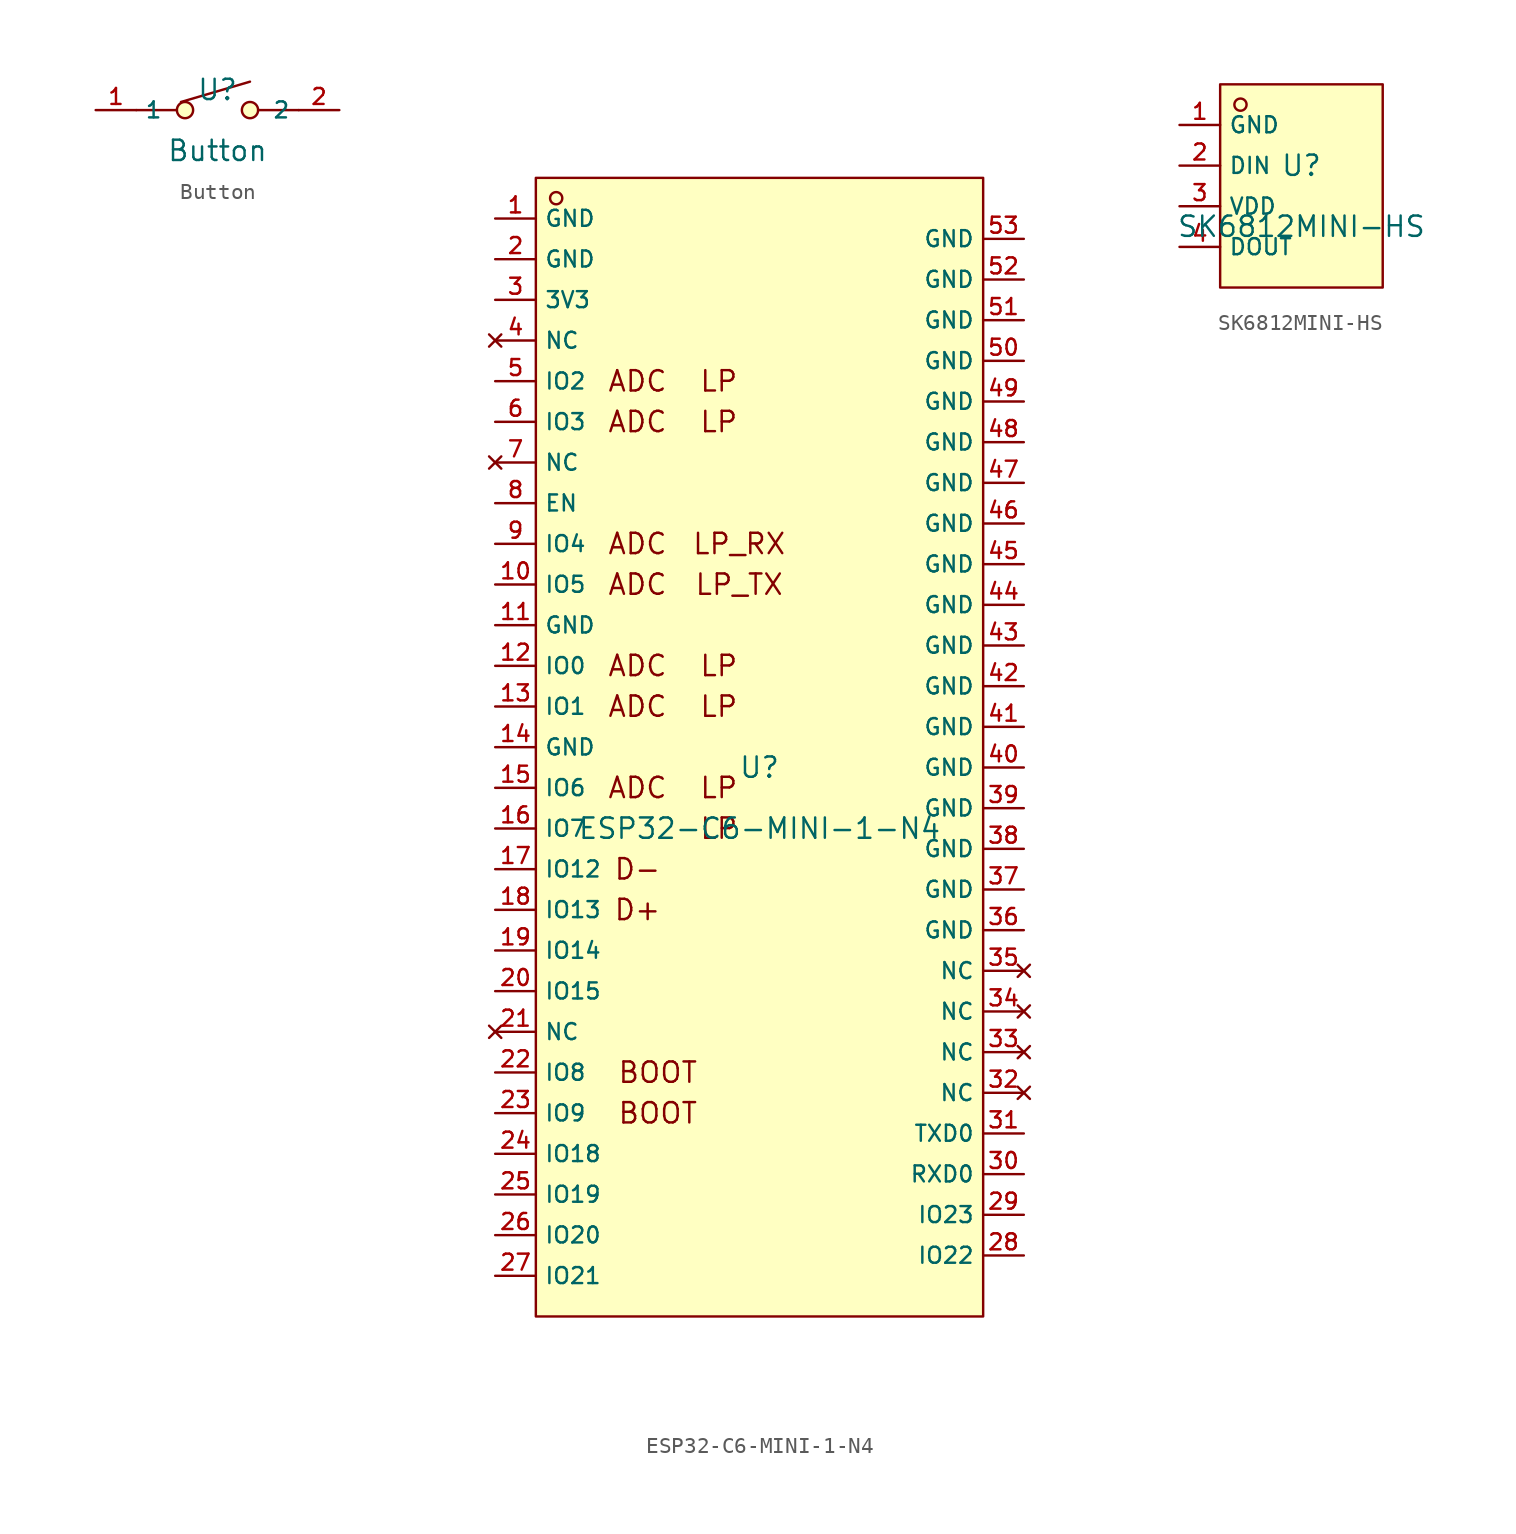
<source format=kicad_sym>
(kicad_symbol_lib
  (version 20231120)
  (generator "kicad_symbol_editor")
  (generator_version "8.0")
  (symbol "Button"
    (property "Reference" "U"
      (at 0 1.27 0)
      (effects (font (size 1.27 1.27))))
    (property "Value" "Button"
      (at 0 -2.54 0)
      (effects (font (size 1.27 1.27))))
    (symbol "Button_0_1"
      (circle (center -2.032 0) (radius 0.508) (stroke (width 0) (type default)) (fill (type background)))
      (polyline (pts (xy -5.08 0) (xy -2.54 0)) (stroke (width 0) (type default)) (fill (type none)))
      (polyline (pts (xy -2.286 0.508) (xy 2.032 1.778)) (stroke (width 0) (type default)) (fill (type none)))
      (polyline (pts (xy 5.08 0) (xy 2.54 0)) (stroke (width 0) (type default)) (fill (type none)))
      (circle (center 2.032 0) (radius 0.508) (stroke (width 0) (type default)) (fill (type background))))
    (symbol "Button_1_1"
      (pin passive line (at -7.62 0 0) (length 2.54) (name "1" (effects (font (size 1 1)))) (number "1" (effects (font (size 1 1)))))
      (pin passive line (at 7.62 0 180) (length 2.54) (name "2" (effects (font (size 1 1)))) (number "2" (effects (font (size 1 1)))))))
  (symbol "ESP32-C6-MINI-1-N4"
    (property "Reference" "U"
      (at 0 1.27 0)
      (effects (font (size 1.27 1.27))))
    (property "Value" "ESP32-C6-MINI-1-N4"
      (at 0 -2.54 0)
      (effects (font (size 1.27 1.27))))
    (symbol "ESP32-C6-MINI-1-N4_0_1"
      (rectangle (start -13.97 38.1) (end 13.97 -33.02) (stroke (width 0) (type default)) (fill (type background)))
      (circle (center -12.7 36.83) (radius 0.381) (stroke (width 0) (type default)) (fill (type background)))
      (pin bidirectional line (at -16.51 12.7 0) (length 2.54) (name "IO5" (effects (font (size 1 1)))) (number "10" (effects (font (size 1 1)))))
      (pin power_in line (at -16.51 10.16 0) (length 2.54) (name "GND" (effects (font (size 1 1)))) (number "11" (effects (font (size 1 1)))))
      (pin bidirectional line (at -16.51 7.62 0) (length 2.54) (name "IO0" (effects (font (size 1 1)))) (number "12" (effects (font (size 1 1)))))
      (pin bidirectional line (at -16.51 5.08 0) (length 2.54) (name "IO1" (effects (font (size 1 1)))) (number "13" (effects (font (size 1 1)))))
      (pin power_in line (at -16.51 2.54 0) (length 2.54) (name "GND" (effects (font (size 1 1)))) (number "14" (effects (font (size 1 1)))))
      (pin bidirectional line (at -16.51 0 0) (length 2.54) (name "IO6" (effects (font (size 1 1)))) (number "15" (effects (font (size 1 1)))))
      (pin bidirectional line (at -16.51 -2.54 0) (length 2.54) (name "IO7" (effects (font (size 1 1)))) (number "16" (effects (font (size 1 1)))))
      (pin bidirectional line (at -16.51 -5.08 0) (length 2.54) (name "IO12" (effects (font (size 1 1)))) (number "17" (effects (font (size 1 1)))))
      (pin bidirectional line (at -16.51 -7.62 0) (length 2.54) (name "IO13" (effects (font (size 1 1)))) (number "18" (effects (font (size 1 1)))))
      (pin bidirectional line (at -16.51 -10.16 0) (length 2.54) (name "IO14" (effects (font (size 1 1)))) (number "19" (effects (font (size 1 1)))))
      (pin bidirectional line (at -16.51 -12.7 0) (length 2.54) (name "IO15" (effects (font (size 1 1)))) (number "20" (effects (font (size 1 1)))))
      (pin no_connect line (at -16.51 -15.24 0) (length 2.54) (name "NC" (effects (font (size 1 1)))) (number "21" (effects (font (size 1 1)))))
      (pin bidirectional line (at -16.51 -17.78 0) (length 2.54) (name "IO8" (effects (font (size 1 1)))) (number "22" (effects (font (size 1 1)))))
      (pin bidirectional line (at -16.51 -20.32 0) (length 2.54) (name "IO9" (effects (font (size 1 1)))) (number "23" (effects (font (size 1 1)))))
      (pin bidirectional line (at -16.51 -22.86 0) (length 2.54) (name "IO18" (effects (font (size 1 1)))) (number "24" (effects (font (size 1 1)))))
      (pin bidirectional line (at -16.51 -25.4 0) (length 2.54) (name "IO19" (effects (font (size 1 1)))) (number "25" (effects (font (size 1 1)))))
      (pin bidirectional line (at -16.51 -27.94 0) (length 2.54) (name "IO20" (effects (font (size 1 1)))) (number "26" (effects (font (size 1 1)))))
      (pin bidirectional line (at -16.51 -30.48 0) (length 2.54) (name "IO21" (effects (font (size 1 1)))) (number "27" (effects (font (size 1 1)))))
      (pin bidirectional line (at 16.51 -29.21 180) (length 2.54) (name "IO22" (effects (font (size 1 1)))) (number "28" (effects (font (size 1 1)))))
      (pin bidirectional line (at 16.51 -26.67 180) (length 2.54) (name "IO23" (effects (font (size 1 1)))) (number "29" (effects (font (size 1 1)))))
      (pin bidirectional line (at 16.51 -24.13 180) (length 2.54) (name "RXD0" (effects (font (size 1 1)))) (number "30" (effects (font (size 1 1)))))
      (pin bidirectional line (at 16.51 -21.59 180) (length 2.54) (name "TXD0" (effects (font (size 1 1)))) (number "31" (effects (font (size 1 1)))))
      (pin no_connect line (at 16.51 -19.05 180) (length 2.54) (name "NC" (effects (font (size 1 1)))) (number "32" (effects (font (size 1 1)))))
      (pin no_connect line (at 16.51 -16.51 180) (length 2.54) (name "NC" (effects (font (size 1 1)))) (number "33" (effects (font (size 1 1)))))
      (pin no_connect line (at 16.51 -13.97 180) (length 2.54) (name "NC" (effects (font (size 1 1)))) (number "34" (effects (font (size 1 1)))))
      (pin no_connect line (at 16.51 -11.43 180) (length 2.54) (name "NC" (effects (font (size 1 1)))) (number "35" (effects (font (size 1 1)))))
      (pin power_in line (at 16.51 -8.89 180) (length 2.54) (name "GND" (effects (font (size 1 1)))) (number "36" (effects (font (size 1 1)))))
      (pin power_in line (at 16.51 -6.35 180) (length 2.54) (name "GND" (effects (font (size 1 1)))) (number "37" (effects (font (size 1 1)))))
      (pin power_in line (at 16.51 -3.81 180) (length 2.54) (name "GND" (effects (font (size 1 1)))) (number "38" (effects (font (size 1 1)))))
      (pin power_in line (at 16.51 -1.27 180) (length 2.54) (name "GND" (effects (font (size 1 1)))) (number "39" (effects (font (size 1 1)))))
      (pin power_in line (at 16.51 1.27 180) (length 2.54) (name "GND" (effects (font (size 1 1)))) (number "40" (effects (font (size 1 1)))))
      (pin power_in line (at 16.51 3.81 180) (length 2.54) (name "GND" (effects (font (size 1 1)))) (number "41" (effects (font (size 1 1)))))
      (pin power_in line (at 16.51 6.35 180) (length 2.54) (name "GND" (effects (font (size 1 1)))) (number "42" (effects (font (size 1 1)))))
      (pin power_in line (at 16.51 8.89 180) (length 2.54) (name "GND" (effects (font (size 1 1)))) (number "43" (effects (font (size 1 1)))))
      (pin power_in line (at 16.51 11.43 180) (length 2.54) (name "GND" (effects (font (size 1 1)))) (number "44" (effects (font (size 1 1)))))
      (pin power_in line (at 16.51 13.97 180) (length 2.54) (name "GND" (effects (font (size 1 1)))) (number "45" (effects (font (size 1 1)))))
      (pin power_in line (at 16.51 16.51 180) (length 2.54) (name "GND" (effects (font (size 1 1)))) (number "46" (effects (font (size 1 1)))))
      (pin power_in line (at 16.51 19.05 180) (length 2.54) (name "GND" (effects (font (size 1 1)))) (number "47" (effects (font (size 1 1)))))
      (pin power_in line (at 16.51 21.59 180) (length 2.54) (name "GND" (effects (font (size 1 1)))) (number "48" (effects (font (size 1 1)))))
      (pin power_in line (at 16.51 24.13 180) (length 2.54) (name "GND" (effects (font (size 1 1)))) (number "49" (effects (font (size 1 1)))))
      (pin bidirectional line (at -16.51 25.4 0) (length 2.54) (name "IO2" (effects (font (size 1 1)))) (number "5" (effects (font (size 1 1)))))
      (pin power_in line (at 16.51 26.67 180) (length 2.54) (name "GND" (effects (font (size 1 1)))) (number "50" (effects (font (size 1 1)))))
      (pin power_in line (at 16.51 29.21 180) (length 2.54) (name "GND" (effects (font (size 1 1)))) (number "51" (effects (font (size 1 1)))))
      (pin power_in line (at 16.51 31.75 180) (length 2.54) (name "GND" (effects (font (size 1 1)))) (number "52" (effects (font (size 1 1)))))
      (pin power_in line (at 16.51 34.29 180) (length 2.54) (name "GND" (effects (font (size 1 1)))) (number "53" (effects (font (size 1 1)))))
      (pin bidirectional line (at -16.51 22.86 0) (length 2.54) (name "IO3" (effects (font (size 1 1)))) (number "6" (effects (font (size 1 1)))))
      (pin no_connect line (at -16.51 20.32 0) (length 2.54) (name "NC" (effects (font (size 1 1)))) (number "7" (effects (font (size 1 1)))))
      (pin input line (at -16.51 17.78 0) (length 2.54) (name "EN" (effects (font (size 1 1)))) (number "8" (effects (font (size 1 1)))))
      (pin bidirectional line (at -16.51 15.24 0) (length 2.54) (name "IO4" (effects (font (size 1 1)))) (number "9" (effects (font (size 1 1))))))
    (symbol "ESP32-C6-MINI-1-N4_1_1"
      (text "ADC" (at -7.62 0 0) (effects (font (size 1.27 1.27))))
      (text "ADC" (at -7.62 5.08 0) (effects (font (size 1.27 1.27))))
      (text "ADC" (at -7.62 7.62 0) (effects (font (size 1.27 1.27))))
      (text "ADC" (at -7.62 12.7 0) (effects (font (size 1.27 1.27))))
      (text "ADC" (at -7.62 15.24 0) (effects (font (size 1.27 1.27))))
      (text "ADC" (at -7.62 22.86 0) (effects (font (size 1.27 1.27))))
      (text "ADC" (at -7.62 25.4 0) (effects (font (size 1.27 1.27))))
      (text "BOOT" (at -6.35 -20.32 0) (effects (font (size 1.27 1.27))))
      (text "BOOT" (at -6.35 -17.78 0) (effects (font (size 1.27 1.27))))
      (text "D+" (at -7.62 -7.62 0) (effects (font (size 1.27 1.27))))
      (text "D-" (at -7.62 -5.08 0) (effects (font (size 1.27 1.27))))
      (text "LP" (at -2.54 -2.54 0) (effects (font (size 1.27 1.27))))
      (text "LP" (at -2.54 0 0) (effects (font (size 1.27 1.27))))
      (text "LP" (at -2.54 5.08 0) (effects (font (size 1.27 1.27))))
      (text "LP" (at -2.54 7.62 0) (effects (font (size 1.27 1.27))))
      (text "LP" (at -2.54 22.86 0) (effects (font (size 1.27 1.27))))
      (text "LP" (at -2.54 25.4 0) (effects (font (size 1.27 1.27))))
      (text "LP_RX" (at -1.27 15.24 0) (effects (font (size 1.27 1.27))))
      (text "LP_TX" (at -1.27 12.7 0) (effects (font (size 1.27 1.27))))
      (pin power_in line (at -16.51 35.56 0) (length 2.54) (name "GND" (effects (font (size 1 1)))) (number "1" (effects (font (size 1 1)))))
      (pin power_in line (at -16.51 33.02 0) (length 2.54) (name "GND" (effects (font (size 1 1)))) (number "2" (effects (font (size 1 1)))))
      (pin power_in line (at -16.51 30.48 0) (length 2.54) (name "3V3" (effects (font (size 1 1)))) (number "3" (effects (font (size 1 1)))))
      (pin no_connect line (at -16.51 27.94 0) (length 2.54) (name "NC" (effects (font (size 1 1)))) (number "4" (effects (font (size 1 1)))))))
  (symbol "SK6812MINI-HS"
    (property "Reference" "U"
      (at 0 1.27 0)
      (effects (font (size 1.27 1.27))))
    (property "Value" "SK6812MINI-HS"
      (at 0 -2.54 0)
      (effects (font (size 1.27 1.27))))
    (symbol "SK6812MINI-HS_0_1"
      (rectangle (start -5.08 6.35) (end 5.08 -6.35) (stroke (width 0) (type default)) (fill (type background)))
      (circle (center -3.81 5.08) (radius 0.381) (stroke (width 0) (type default)) (fill (type background)))
      (pin power_in line (at -7.62 3.81 0) (length 2.54) (name "GND" (effects (font (size 1 1)))) (number "1" (effects (font (size 1 1)))))
      (pin input line (at -7.62 1.27 0) (length 2.54) (name "DIN" (effects (font (size 1 1)))) (number "2" (effects (font (size 1 1)))))
      (pin power_in line (at -7.62 -1.27 0) (length 2.54) (name "VDD" (effects (font (size 1 1)))) (number "3" (effects (font (size 1 1)))))
      (pin output line (at -7.62 -3.81 0) (length 2.54) (name "DOUT" (effects (font (size 1 1)))) (number "4" (effects (font (size 1 1))))))))
</source>
